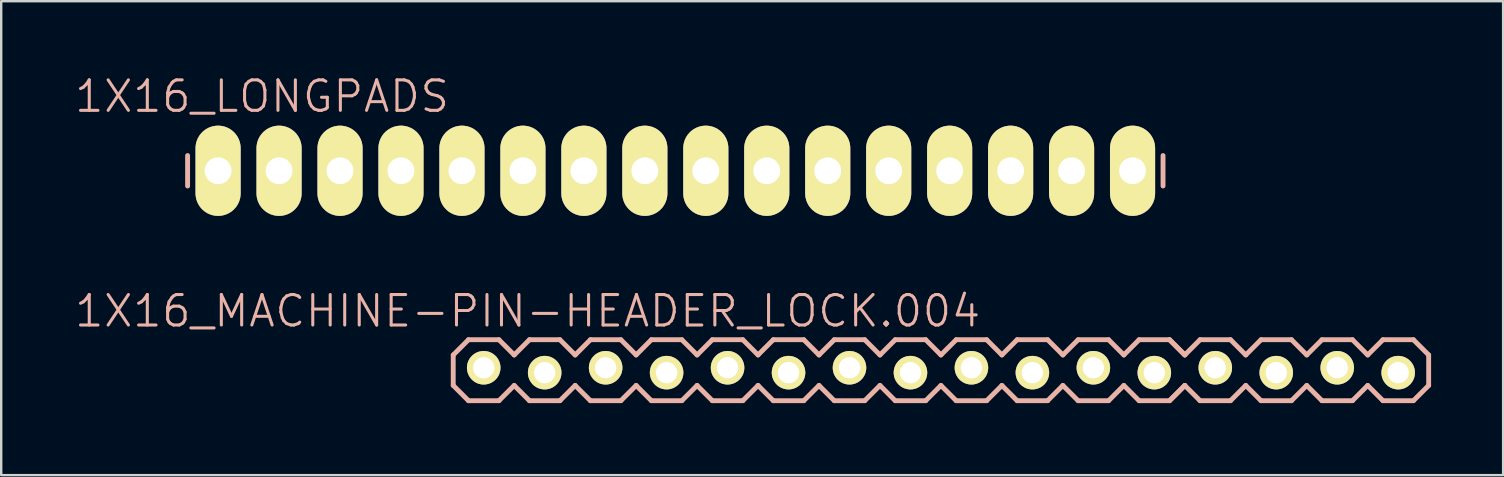
<source format=kicad_pcb>
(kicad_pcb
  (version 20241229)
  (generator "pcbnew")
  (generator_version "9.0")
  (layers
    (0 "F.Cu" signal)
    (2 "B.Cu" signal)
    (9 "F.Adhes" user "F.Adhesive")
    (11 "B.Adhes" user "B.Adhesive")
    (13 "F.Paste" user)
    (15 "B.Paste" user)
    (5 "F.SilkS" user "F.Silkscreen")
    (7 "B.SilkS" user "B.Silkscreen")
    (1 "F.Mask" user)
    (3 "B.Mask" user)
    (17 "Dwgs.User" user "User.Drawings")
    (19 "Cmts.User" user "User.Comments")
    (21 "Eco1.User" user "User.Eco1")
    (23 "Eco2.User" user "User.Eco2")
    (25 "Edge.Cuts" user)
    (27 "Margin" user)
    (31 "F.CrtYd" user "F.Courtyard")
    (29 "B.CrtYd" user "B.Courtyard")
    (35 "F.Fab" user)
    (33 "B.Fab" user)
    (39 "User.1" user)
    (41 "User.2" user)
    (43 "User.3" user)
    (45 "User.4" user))
  (footprint "1X16_MACHINE-PIN-HEADER_LOCK.004"
    (layer "F.Cu")
    (at 17.103 12.374)
    (property "Reference" "1X16_MACHINE-PIN-HEADER_LOCK.004" (at 1.829 -2.464 0) (layer "B.SilkS") (effects (font (size 1.27 1.27) (thickness 0.127))))
    (attr exclude_from_pos_files exclude_from_bom)
    (fp_circle (center 0 0) (end -0.165 0.165) (stroke (width 0.013) (type solid)) (fill no) (layer "F.SilkS"))
    (fp_circle (center 2.54 0) (end 2.705 0.165) (stroke (width 0.013) (type solid)) (fill no) (layer "F.SilkS"))
    (fp_circle (center 5.08 0) (end 5.245 0.165) (stroke (width 0.013) (type solid)) (fill no) (layer "F.SilkS"))
    (fp_circle (center 7.62 0) (end 7.785 0.165) (stroke (width 0.013) (type solid)) (fill no) (layer "F.SilkS"))
    (fp_circle (center 10.16 0) (end 10.325 0.165) (stroke (width 0.013) (type solid)) (fill no) (layer "F.SilkS"))
    (fp_circle (center 12.7 0) (end 12.865 0.165) (stroke (width 0.013) (type solid)) (fill no) (layer "F.SilkS"))
    (fp_circle (center 15.24 0) (end 15.405 0.165) (stroke (width 0.013) (type solid)) (fill no) (layer "F.SilkS"))
    (fp_circle (center 17.78 0) (end 17.945 0.165) (stroke (width 0.013) (type solid)) (fill no) (layer "F.SilkS"))
    (fp_circle (center 20.32 0) (end 20.485 0.165) (stroke (width 0.013) (type solid)) (fill no) (layer "F.SilkS"))
    (fp_circle (center 22.86 0) (end 23.025 0.165) (stroke (width 0.013) (type solid)) (fill no) (layer "F.SilkS"))
    (fp_circle (center 25.4 0) (end 25.565 0.165) (stroke (width 0.013) (type solid)) (fill no) (layer "F.SilkS"))
    (fp_circle (center 27.94 0) (end 28.105 0.165) (stroke (width 0.013) (type solid)) (fill no) (layer "F.SilkS"))
    (fp_circle (center 30.48 0) (end 30.645 0.165) (stroke (width 0.013) (type solid)) (fill no) (layer "F.SilkS"))
    (fp_circle (center 33.02 0) (end 33.185 0.165) (stroke (width 0.013) (type solid)) (fill no) (layer "F.SilkS"))
    (fp_circle (center 35.56 0) (end 35.725 0.165) (stroke (width 0.013) (type solid)) (fill no) (layer "F.SilkS"))
    (fp_circle (center 38.1 0) (end 38.265 0.165) (stroke (width 0.013) (type solid)) (fill no) (layer "F.SilkS"))
    (fp_line (start -1.27 -0.635) (end -1.27 0.635) (stroke (width 0.203) (type solid)) (layer "B.SilkS"))
    (fp_line (start -1.27 0.635) (end -0.635 1.27) (stroke (width 0.203) (type solid)) (layer "B.SilkS"))
    (fp_line (start -0.635 -1.27) (end -1.27 -0.635) (stroke (width 0.203) (type solid)) (layer "B.SilkS"))
    (fp_line (start -0.635 -1.27) (end 0.635 -1.27) (stroke (width 0.203) (type solid)) (layer "B.SilkS"))
    (fp_line (start 0.635 -1.27) (end 1.27 -0.635) (stroke (width 0.203) (type solid)) (layer "B.SilkS"))
    (fp_line (start 0.635 1.27) (end -0.635 1.27) (stroke (width 0.203) (type solid)) (layer "B.SilkS"))
    (fp_line (start 1.27 -0.635) (end 1.905 -1.27) (stroke (width 0.203) (type solid)) (layer "B.SilkS"))
    (fp_line (start 1.27 0.635) (end 0.635 1.27) (stroke (width 0.203) (type solid)) (layer "B.SilkS"))
    (fp_line (start 1.905 -1.27) (end 3.175 -1.27) (stroke (width 0.203) (type solid)) (layer "B.SilkS"))
    (fp_line (start 1.905 1.27) (end 1.27 0.635) (stroke (width 0.203) (type solid)) (layer "B.SilkS"))
    (fp_line (start 3.175 -1.27) (end 3.81 -0.635) (stroke (width 0.203) (type solid)) (layer "B.SilkS"))
    (fp_line (start 3.175 1.27) (end 1.905 1.27) (stroke (width 0.203) (type solid)) (layer "B.SilkS"))
    (fp_line (start 3.81 -0.635) (end 4.445 -1.27) (stroke (width 0.203) (type solid)) (layer "B.SilkS"))
    (fp_line (start 3.81 0.635) (end 3.175 1.27) (stroke (width 0.203) (type solid)) (layer "B.SilkS"))
    (fp_line (start 4.445 -1.27) (end 5.715 -1.27) (stroke (width 0.203) (type solid)) (layer "B.SilkS"))
    (fp_line (start 4.445 1.27) (end 3.81 0.635) (stroke (width 0.203) (type solid)) (layer "B.SilkS"))
    (fp_line (start 5.715 -1.27) (end 6.35 -0.635) (stroke (width 0.203) (type solid)) (layer "B.SilkS"))
    (fp_line (start 5.715 1.27) (end 4.445 1.27) (stroke (width 0.203) (type solid)) (layer "B.SilkS"))
    (fp_line (start 6.35 0.635) (end 5.715 1.27) (stroke (width 0.203) (type solid)) (layer "B.SilkS"))
    (fp_line (start 6.35 0.635) (end 6.985 1.27) (stroke (width 0.203) (type solid)) (layer "B.SilkS"))
    (fp_line (start 6.985 -1.27) (end 6.35 -0.635) (stroke (width 0.203) (type solid)) (layer "B.SilkS"))
    (fp_line (start 6.985 -1.27) (end 8.255 -1.27) (stroke (width 0.203) (type solid)) (layer "B.SilkS"))
    (fp_line (start 8.255 -1.27) (end 8.89 -0.635) (stroke (width 0.203) (type solid)) (layer "B.SilkS"))
    (fp_line (start 8.255 1.27) (end 6.985 1.27) (stroke (width 0.203) (type solid)) (layer "B.SilkS"))
    (fp_line (start 8.89 -0.635) (end 9.525 -1.27) (stroke (width 0.203) (type solid)) (layer "B.SilkS"))
    (fp_line (start 8.89 0.635) (end 8.255 1.27) (stroke (width 0.203) (type solid)) (layer "B.SilkS"))
    (fp_line (start 9.525 -1.27) (end 10.795 -1.27) (stroke (width 0.203) (type solid)) (layer "B.SilkS"))
    (fp_line (start 9.525 1.27) (end 8.89 0.635) (stroke (width 0.203) (type solid)) (layer "B.SilkS"))
    (fp_line (start 10.795 -1.27) (end 11.43 -0.635) (stroke (width 0.203) (type solid)) (layer "B.SilkS"))
    (fp_line (start 10.795 1.27) (end 9.525 1.27) (stroke (width 0.203) (type solid)) (layer "B.SilkS"))
    (fp_line (start 11.43 -0.635) (end 12.065 -1.27) (stroke (width 0.203) (type solid)) (layer "B.SilkS"))
    (fp_line (start 11.43 0.635) (end 10.795 1.27) (stroke (width 0.203) (type solid)) (layer "B.SilkS"))
    (fp_line (start 12.065 -1.27) (end 13.335 -1.27) (stroke (width 0.203) (type solid)) (layer "B.SilkS"))
    (fp_line (start 12.065 1.27) (end 11.43 0.635) (stroke (width 0.203) (type solid)) (layer "B.SilkS"))
    (fp_line (start 13.335 -1.27) (end 13.97 -0.635) (stroke (width 0.203) (type solid)) (layer "B.SilkS"))
    (fp_line (start 13.335 1.27) (end 12.065 1.27) (stroke (width 0.203) (type solid)) (layer "B.SilkS"))
    (fp_line (start 13.97 0.635) (end 13.335 1.27) (stroke (width 0.203) (type solid)) (layer "B.SilkS"))
    (fp_line (start 13.97 0.635) (end 14.605 1.27) (stroke (width 0.203) (type solid)) (layer "B.SilkS"))
    (fp_line (start 14.605 -1.27) (end 13.97 -0.635) (stroke (width 0.203) (type solid)) (layer "B.SilkS"))
    (fp_line (start 14.605 -1.27) (end 15.875 -1.27) (stroke (width 0.203) (type solid)) (layer "B.SilkS"))
    (fp_line (start 15.875 -1.27) (end 16.51 -0.635) (stroke (width 0.203) (type solid)) (layer "B.SilkS"))
    (fp_line (start 15.875 1.27) (end 14.605 1.27) (stroke (width 0.203) (type solid)) (layer "B.SilkS"))
    (fp_line (start 16.51 -0.635) (end 17.145 -1.27) (stroke (width 0.203) (type solid)) (layer "B.SilkS"))
    (fp_line (start 16.51 0.635) (end 15.875 1.27) (stroke (width 0.203) (type solid)) (layer "B.SilkS"))
    (fp_line (start 17.145 -1.27) (end 18.415 -1.27) (stroke (width 0.203) (type solid)) (layer "B.SilkS"))
    (fp_line (start 17.145 1.27) (end 16.51 0.635) (stroke (width 0.203) (type solid)) (layer "B.SilkS"))
    (fp_line (start 18.415 -1.27) (end 19.05 -0.635) (stroke (width 0.203) (type solid)) (layer "B.SilkS"))
    (fp_line (start 18.415 1.27) (end 17.145 1.27) (stroke (width 0.203) (type solid)) (layer "B.SilkS"))
    (fp_line (start 19.05 -0.635) (end 19.685 -1.27) (stroke (width 0.203) (type solid)) (layer "B.SilkS"))
    (fp_line (start 19.05 0.635) (end 18.415 1.27) (stroke (width 0.203) (type solid)) (layer "B.SilkS"))
    (fp_line (start 19.685 -1.27) (end 20.955 -1.27) (stroke (width 0.203) (type solid)) (layer "B.SilkS"))
    (fp_line (start 19.685 1.27) (end 19.05 0.635) (stroke (width 0.203) (type solid)) (layer "B.SilkS"))
    (fp_line (start 20.955 -1.27) (end 21.59 -0.635) (stroke (width 0.203) (type solid)) (layer "B.SilkS"))
    (fp_line (start 20.955 1.27) (end 19.685 1.27) (stroke (width 0.203) (type solid)) (layer "B.SilkS"))
    (fp_line (start 21.59 0.635) (end 20.955 1.27) (stroke (width 0.203) (type solid)) (layer "B.SilkS"))
    (fp_line (start 21.59 0.635) (end 22.225 1.27) (stroke (width 0.203) (type solid)) (layer "B.SilkS"))
    (fp_line (start 22.225 -1.27) (end 21.59 -0.635) (stroke (width 0.203) (type solid)) (layer "B.SilkS"))
    (fp_line (start 22.225 -1.27) (end 23.495 -1.27) (stroke (width 0.203) (type solid)) (layer "B.SilkS"))
    (fp_line (start 23.495 -1.27) (end 24.13 -0.635) (stroke (width 0.203) (type solid)) (layer "B.SilkS"))
    (fp_line (start 23.495 1.27) (end 22.225 1.27) (stroke (width 0.203) (type solid)) (layer "B.SilkS"))
    (fp_line (start 24.13 -0.635) (end 24.765 -1.27) (stroke (width 0.203) (type solid)) (layer "B.SilkS"))
    (fp_line (start 24.13 0.635) (end 23.495 1.27) (stroke (width 0.203) (type solid)) (layer "B.SilkS"))
    (fp_line (start 24.765 -1.27) (end 26.035 -1.27) (stroke (width 0.203) (type solid)) (layer "B.SilkS"))
    (fp_line (start 24.765 1.27) (end 24.13 0.635) (stroke (width 0.203) (type solid)) (layer "B.SilkS"))
    (fp_line (start 26.035 -1.27) (end 26.67 -0.635) (stroke (width 0.203) (type solid)) (layer "B.SilkS"))
    (fp_line (start 26.035 1.27) (end 24.765 1.27) (stroke (width 0.203) (type solid)) (layer "B.SilkS"))
    (fp_line (start 26.67 -0.635) (end 27.305 -1.27) (stroke (width 0.203) (type solid)) (layer "B.SilkS"))
    (fp_line (start 26.67 0.635) (end 26.035 1.27) (stroke (width 0.203) (type solid)) (layer "B.SilkS"))
    (fp_line (start 27.305 -1.27) (end 28.575 -1.27) (stroke (width 0.203) (type solid)) (layer "B.SilkS"))
    (fp_line (start 27.305 1.27) (end 26.67 0.635) (stroke (width 0.203) (type solid)) (layer "B.SilkS"))
    (fp_line (start 28.575 -1.27) (end 29.21 -0.635) (stroke (width 0.203) (type solid)) (layer "B.SilkS"))
    (fp_line (start 28.575 -1.27) (end 29.21 -0.635) (stroke (width 0.203) (type solid)) (layer "B.SilkS"))
    (fp_line (start 28.575 1.27) (end 27.305 1.27) (stroke (width 0.203) (type solid)) (layer "B.SilkS"))
    (fp_line (start 29.21 -0.635) (end 29.845 -1.27) (stroke (width 0.203) (type solid)) (layer "B.SilkS"))
    (fp_line (start 29.21 0.635) (end 28.575 1.27) (stroke (width 0.203) (type solid)) (layer "B.SilkS"))
    (fp_line (start 29.21 0.635) (end 28.575 1.27) (stroke (width 0.203) (type solid)) (layer "B.SilkS"))
    (fp_line (start 29.845 -1.27) (end 31.115 -1.27) (stroke (width 0.203) (type solid)) (layer "B.SilkS"))
    (fp_line (start 29.845 1.27) (end 29.21 0.635) (stroke (width 0.203) (type solid)) (layer "B.SilkS"))
    (fp_line (start 31.115 -1.27) (end 31.75 -0.635) (stroke (width 0.203) (type solid)) (layer "B.SilkS"))
    (fp_line (start 31.115 1.27) (end 29.845 1.27) (stroke (width 0.203) (type solid)) (layer "B.SilkS"))
    (fp_line (start 31.75 0.635) (end 31.115 1.27) (stroke (width 0.203) (type solid)) (layer "B.SilkS"))
    (fp_line (start 31.75 0.635) (end 32.385 1.27) (stroke (width 0.203) (type solid)) (layer "B.SilkS"))
    (fp_line (start 32.385 -1.27) (end 31.75 -0.635) (stroke (width 0.203) (type solid)) (layer "B.SilkS"))
    (fp_line (start 32.385 -1.27) (end 33.655 -1.27) (stroke (width 0.203) (type solid)) (layer "B.SilkS"))
    (fp_line (start 33.655 -1.27) (end 34.29 -0.635) (stroke (width 0.203) (type solid)) (layer "B.SilkS"))
    (fp_line (start 33.655 1.27) (end 32.385 1.27) (stroke (width 0.203) (type solid)) (layer "B.SilkS"))
    (fp_line (start 34.29 -0.635) (end 34.925 -1.27) (stroke (width 0.203) (type solid)) (layer "B.SilkS"))
    (fp_line (start 34.29 0.635) (end 33.655 1.27) (stroke (width 0.203) (type solid)) (layer "B.SilkS"))
    (fp_line (start 34.925 -1.27) (end 36.195 -1.27) (stroke (width 0.203) (type solid)) (layer "B.SilkS"))
    (fp_line (start 34.925 1.27) (end 34.29 0.635) (stroke (width 0.203) (type solid)) (layer "B.SilkS"))
    (fp_line (start 36.195 -1.27) (end 36.83 -0.635) (stroke (width 0.203) (type solid)) (layer "B.SilkS"))
    (fp_line (start 36.195 1.27) (end 34.925 1.27) (stroke (width 0.203) (type solid)) (layer "B.SilkS"))
    (fp_line (start 36.83 -0.635) (end 37.465 -1.27) (stroke (width 0.203) (type solid)) (layer "B.SilkS"))
    (fp_line (start 36.83 0.635) (end 36.195 1.27) (stroke (width 0.203) (type solid)) (layer "B.SilkS"))
    (fp_line (start 37.465 -1.27) (end 38.735 -1.27) (stroke (width 0.203) (type solid)) (layer "B.SilkS"))
    (fp_line (start 37.465 1.27) (end 36.83 0.635) (stroke (width 0.203) (type solid)) (layer "B.SilkS"))
    (fp_line (start 38.735 -1.27) (end 39.37 -0.635) (stroke (width 0.203) (type solid)) (layer "B.SilkS"))
    (fp_line (start 38.735 1.27) (end 37.465 1.27) (stroke (width 0.203) (type solid)) (layer "B.SilkS"))
    (fp_line (start 39.37 -0.635) (end 39.37 0.635) (stroke (width 0.203) (type solid)) (layer "B.SilkS"))
    (fp_line (start 39.37 0.635) (end 38.735 1.27) (stroke (width 0.203) (type solid)) (layer "B.SilkS"))
    (pad "1" thru_hole circle (at 0 -0.102) (size 1.397 1.397) (drill 0.889) (layers "*.Cu" "F.Mask" "F.SilkS" "F.Paste"))
    (pad "2" thru_hole circle (at 2.54 0.102) (size 1.397 1.397) (drill 0.889) (layers "*.Cu" "F.Mask" "F.SilkS" "F.Paste"))
    (pad "3" thru_hole circle (at 5.08 -0.102) (size 1.397 1.397) (drill 0.889) (layers "*.Cu" "F.Mask" "F.SilkS" "F.Paste"))
    (pad "4" thru_hole circle (at 7.62 0.102) (size 1.397 1.397) (drill 0.889) (layers "*.Cu" "F.Mask" "F.SilkS" "F.Paste"))
    (pad "5" thru_hole circle (at 10.16 -0.102) (size 1.397 1.397) (drill 0.889) (layers "*.Cu" "F.Mask" "F.SilkS" "F.Paste"))
    (pad "6" thru_hole circle (at 12.7 0.102) (size 1.397 1.397) (drill 0.889) (layers "*.Cu" "F.Mask" "F.SilkS" "F.Paste"))
    (pad "7" thru_hole circle (at 15.24 -0.102) (size 1.397 1.397) (drill 0.889) (layers "*.Cu" "F.Mask" "F.SilkS" "F.Paste"))
    (pad "8" thru_hole circle (at 17.78 0.102) (size 1.397 1.397) (drill 0.889) (layers "*.Cu" "F.Mask" "F.SilkS" "F.Paste"))
    (pad "9" thru_hole circle (at 20.32 -0.102) (size 1.397 1.397) (drill 0.889) (layers "*.Cu" "F.Mask" "F.SilkS" "F.Paste"))
    (pad "10" thru_hole circle (at 22.86 0.102) (size 1.397 1.397) (drill 0.889) (layers "*.Cu" "F.Mask" "F.SilkS" "F.Paste"))
    (pad "11" thru_hole circle (at 25.4 -0.102) (size 1.397 1.397) (drill 0.889) (layers "*.Cu" "F.Mask" "F.SilkS" "F.Paste"))
    (pad "12" thru_hole circle (at 27.94 0.102) (size 1.397 1.397) (drill 0.889) (layers "*.Cu" "F.Mask" "F.SilkS" "F.Paste"))
    (pad "13" thru_hole circle (at 30.48 -0.102) (size 1.397 1.397) (drill 0.889) (layers "*.Cu" "F.Mask" "F.SilkS" "F.Paste"))
    (pad "14" thru_hole circle (at 33.02 0.102) (size 1.397 1.397) (drill 0.889) (layers "*.Cu" "F.Mask" "F.SilkS" "F.Paste"))
    (pad "15" thru_hole circle (at 35.56 -0.102) (size 1.397 1.397) (drill 0.889) (layers "*.Cu" "F.Mask" "F.SilkS" "F.Paste"))
    (pad "16" thru_hole circle (at 38.1 0.102) (size 1.397 1.397) (drill 0.889) (layers "*.Cu" "F.Mask" "F.SilkS" "F.Paste")))
  (footprint "1X16_LONGPADS"
    (layer "F.Cu")
    (at 6.036 4.065)
    (property "Reference" "1X16_LONGPADS" (at 1.829 -3.099 0) (layer "B.SilkS") (effects (font (size 1.27 1.27) (thickness 0.127))))
    (attr exclude_from_pos_files exclude_from_bom)
    (fp_line (start -0.254 -0.254) (end 0.254 -0.254) (stroke (width 0.066) (type solid)) (layer "F.SilkS"))
    (fp_line (start -0.254 0.254) (end -0.254 -0.254) (stroke (width 0.066) (type solid)) (layer "F.SilkS"))
    (fp_line (start -0.254 0.254) (end 0.254 0.254) (stroke (width 0.066) (type solid)) (layer "F.SilkS"))
    (fp_line (start 0.254 0.254) (end 0.254 -0.254) (stroke (width 0.066) (type solid)) (layer "F.SilkS"))
    (fp_line (start 2.286 -0.254) (end 2.794 -0.254) (stroke (width 0.066) (type solid)) (layer "F.SilkS"))
    (fp_line (start 2.286 0.254) (end 2.286 -0.254) (stroke (width 0.066) (type solid)) (layer "F.SilkS"))
    (fp_line (start 2.286 0.254) (end 2.794 0.254) (stroke (width 0.066) (type solid)) (layer "F.SilkS"))
    (fp_line (start 2.794 0.254) (end 2.794 -0.254) (stroke (width 0.066) (type solid)) (layer "F.SilkS"))
    (fp_line (start 4.826 -0.254) (end 5.334 -0.254) (stroke (width 0.066) (type solid)) (layer "F.SilkS"))
    (fp_line (start 4.826 0.254) (end 4.826 -0.254) (stroke (width 0.066) (type solid)) (layer "F.SilkS"))
    (fp_line (start 4.826 0.254) (end 5.334 0.254) (stroke (width 0.066) (type solid)) (layer "F.SilkS"))
    (fp_line (start 5.334 0.254) (end 5.334 -0.254) (stroke (width 0.066) (type solid)) (layer "F.SilkS"))
    (fp_line (start 7.366 -0.254) (end 7.874 -0.254) (stroke (width 0.066) (type solid)) (layer "F.SilkS"))
    (fp_line (start 7.366 0.254) (end 7.366 -0.254) (stroke (width 0.066) (type solid)) (layer "F.SilkS"))
    (fp_line (start 7.366 0.254) (end 7.874 0.254) (stroke (width 0.066) (type solid)) (layer "F.SilkS"))
    (fp_line (start 7.874 0.254) (end 7.874 -0.254) (stroke (width 0.066) (type solid)) (layer "F.SilkS"))
    (fp_line (start 9.906 -0.254) (end 10.414 -0.254) (stroke (width 0.066) (type solid)) (layer "F.SilkS"))
    (fp_line (start 9.906 0.254) (end 9.906 -0.254) (stroke (width 0.066) (type solid)) (layer "F.SilkS"))
    (fp_line (start 9.906 0.254) (end 10.414 0.254) (stroke (width 0.066) (type solid)) (layer "F.SilkS"))
    (fp_line (start 10.414 0.254) (end 10.414 -0.254) (stroke (width 0.066) (type solid)) (layer "F.SilkS"))
    (fp_line (start 12.446 -0.254) (end 12.954 -0.254) (stroke (width 0.066) (type solid)) (layer "F.SilkS"))
    (fp_line (start 12.446 0.254) (end 12.446 -0.254) (stroke (width 0.066) (type solid)) (layer "F.SilkS"))
    (fp_line (start 12.446 0.254) (end 12.954 0.254) (stroke (width 0.066) (type solid)) (layer "F.SilkS"))
    (fp_line (start 12.954 0.254) (end 12.954 -0.254) (stroke (width 0.066) (type solid)) (layer "F.SilkS"))
    (fp_line (start 14.986 -0.254) (end 15.494 -0.254) (stroke (width 0.066) (type solid)) (layer "F.SilkS"))
    (fp_line (start 14.986 0.254) (end 14.986 -0.254) (stroke (width 0.066) (type solid)) (layer "F.SilkS"))
    (fp_line (start 14.986 0.254) (end 15.494 0.254) (stroke (width 0.066) (type solid)) (layer "F.SilkS"))
    (fp_line (start 15.494 0.254) (end 15.494 -0.254) (stroke (width 0.066) (type solid)) (layer "F.SilkS"))
    (fp_line (start 17.523 -0.254) (end 18.034 -0.254) (stroke (width 0.066) (type solid)) (layer "F.SilkS"))
    (fp_line (start 17.523 0.254) (end 17.523 -0.254) (stroke (width 0.066) (type solid)) (layer "F.SilkS"))
    (fp_line (start 17.523 0.254) (end 18.034 0.254) (stroke (width 0.066) (type solid)) (layer "F.SilkS"))
    (fp_line (start 18.034 0.254) (end 18.034 -0.254) (stroke (width 0.066) (type solid)) (layer "F.SilkS"))
    (fp_line (start 20.066 -0.254) (end 20.574 -0.254) (stroke (width 0.066) (type solid)) (layer "F.SilkS"))
    (fp_line (start 20.066 0.254) (end 20.066 -0.254) (stroke (width 0.066) (type solid)) (layer "F.SilkS"))
    (fp_line (start 20.066 0.254) (end 20.574 0.254) (stroke (width 0.066) (type solid)) (layer "F.SilkS"))
    (fp_line (start 20.574 0.254) (end 20.574 -0.254) (stroke (width 0.066) (type solid)) (layer "F.SilkS"))
    (fp_line (start 22.606 -0.254) (end 23.114 -0.254) (stroke (width 0.066) (type solid)) (layer "F.SilkS"))
    (fp_line (start 22.606 0.254) (end 22.606 -0.254) (stroke (width 0.066) (type solid)) (layer "F.SilkS"))
    (fp_line (start 22.606 0.254) (end 23.114 0.254) (stroke (width 0.066) (type solid)) (layer "F.SilkS"))
    (fp_line (start 23.114 0.254) (end 23.114 -0.254) (stroke (width 0.066) (type solid)) (layer "F.SilkS"))
    (fp_line (start 25.146 -0.254) (end 25.654 -0.254) (stroke (width 0.066) (type solid)) (layer "F.SilkS"))
    (fp_line (start 25.146 0.254) (end 25.146 -0.254) (stroke (width 0.066) (type solid)) (layer "F.SilkS"))
    (fp_line (start 25.146 0.254) (end 25.654 0.254) (stroke (width 0.066) (type solid)) (layer "F.SilkS"))
    (fp_line (start 25.654 0.254) (end 25.654 -0.254) (stroke (width 0.066) (type solid)) (layer "F.SilkS"))
    (fp_line (start 27.686 -0.254) (end 28.194 -0.254) (stroke (width 0.066) (type solid)) (layer "F.SilkS"))
    (fp_line (start 27.686 0.254) (end 27.686 -0.254) (stroke (width 0.066) (type solid)) (layer "F.SilkS"))
    (fp_line (start 27.686 0.254) (end 28.194 0.254) (stroke (width 0.066) (type solid)) (layer "F.SilkS"))
    (fp_line (start 28.194 0.254) (end 28.194 -0.254) (stroke (width 0.066) (type solid)) (layer "F.SilkS"))
    (fp_line (start 30.226 -0.254) (end 30.734 -0.254) (stroke (width 0.066) (type solid)) (layer "F.SilkS"))
    (fp_line (start 30.226 0.254) (end 30.226 -0.254) (stroke (width 0.066) (type solid)) (layer "F.SilkS"))
    (fp_line (start 30.226 0.254) (end 30.734 0.254) (stroke (width 0.066) (type solid)) (layer "F.SilkS"))
    (fp_line (start 30.734 0.254) (end 30.734 -0.254) (stroke (width 0.066) (type solid)) (layer "F.SilkS"))
    (fp_line (start 32.766 -0.254) (end 33.274 -0.254) (stroke (width 0.066) (type solid)) (layer "F.SilkS"))
    (fp_line (start 32.766 0.254) (end 32.766 -0.254) (stroke (width 0.066) (type solid)) (layer "F.SilkS"))
    (fp_line (start 32.766 0.254) (end 33.274 0.254) (stroke (width 0.066) (type solid)) (layer "F.SilkS"))
    (fp_line (start 33.274 0.254) (end 33.274 -0.254) (stroke (width 0.066) (type solid)) (layer "F.SilkS"))
    (fp_line (start 35.303 -0.254) (end 35.814 -0.254) (stroke (width 0.066) (type solid)) (layer "F.SilkS"))
    (fp_line (start 35.303 0.254) (end 35.303 -0.254) (stroke (width 0.066) (type solid)) (layer "F.SilkS"))
    (fp_line (start 35.303 0.254) (end 35.814 0.254) (stroke (width 0.066) (type solid)) (layer "F.SilkS"))
    (fp_line (start 35.814 0.254) (end 35.814 -0.254) (stroke (width 0.066) (type solid)) (layer "F.SilkS"))
    (fp_line (start 37.846 -0.254) (end 38.354 -0.254) (stroke (width 0.066) (type solid)) (layer "F.SilkS"))
    (fp_line (start 37.846 0.254) (end 37.846 -0.254) (stroke (width 0.066) (type solid)) (layer "F.SilkS"))
    (fp_line (start 37.846 0.254) (end 38.354 0.254) (stroke (width 0.066) (type solid)) (layer "F.SilkS"))
    (fp_line (start 38.354 0.254) (end 38.354 -0.254) (stroke (width 0.066) (type solid)) (layer "F.SilkS"))
    (fp_line (start -1.27 -0.635) (end -1.27 0.635) (stroke (width 0.203) (type solid)) (layer "B.SilkS"))
    (fp_line (start 39.37 -0.635) (end 39.37 0.635) (stroke (width 0.203) (type solid)) (layer "B.SilkS"))
    (pad "1" thru_hole oval (at 0 0 180) (size 1.88 3.759) (drill 1.118) (layers "*.Cu" "F.Mask" "F.SilkS" "F.Paste"))
    (pad "2" thru_hole oval (at 2.54 0 180) (size 1.88 3.759) (drill 1.118) (layers "*.Cu" "F.Mask" "F.SilkS" "F.Paste"))
    (pad "3" thru_hole oval (at 5.08 0 180) (size 1.88 3.759) (drill 1.118) (layers "*.Cu" "F.Mask" "F.SilkS" "F.Paste"))
    (pad "4" thru_hole oval (at 7.62 0 180) (size 1.88 3.759) (drill 1.118) (layers "*.Cu" "F.Mask" "F.SilkS" "F.Paste"))
    (pad "5" thru_hole oval (at 10.16 0 180) (size 1.88 3.759) (drill 1.118) (layers "*.Cu" "F.Mask" "F.SilkS" "F.Paste"))
    (pad "6" thru_hole oval (at 12.7 0 180) (size 1.88 3.759) (drill 1.118) (layers "*.Cu" "F.Mask" "F.SilkS" "F.Paste"))
    (pad "7" thru_hole oval (at 15.24 0 180) (size 1.88 3.759) (drill 1.118) (layers "*.Cu" "F.Mask" "F.SilkS" "F.Paste"))
    (pad "8" thru_hole oval (at 17.78 0 180) (size 1.88 3.759) (drill 1.118) (layers "*.Cu" "F.Mask" "F.SilkS" "F.Paste"))
    (pad "9" thru_hole oval (at 20.32 0 180) (size 1.88 3.759) (drill 1.118) (layers "*.Cu" "F.Mask" "F.SilkS" "F.Paste"))
    (pad "10" thru_hole oval (at 22.86 0 180) (size 1.88 3.759) (drill 1.118) (layers "*.Cu" "F.Mask" "F.SilkS" "F.Paste"))
    (pad "11" thru_hole oval (at 25.4 0 180) (size 1.88 3.759) (drill 1.118) (layers "*.Cu" "F.Mask" "F.SilkS" "F.Paste"))
    (pad "12" thru_hole oval (at 27.94 0 180) (size 1.88 3.759) (drill 1.118) (layers "*.Cu" "F.Mask" "F.SilkS" "F.Paste"))
    (pad "13" thru_hole oval (at 30.48 0 180) (size 1.88 3.759) (drill 1.118) (layers "*.Cu" "F.Mask" "F.SilkS" "F.Paste"))
    (pad "14" thru_hole oval (at 33.02 0 180) (size 1.88 3.759) (drill 1.118) (layers "*.Cu" "F.Mask" "F.SilkS" "F.Paste"))
    (pad "15" thru_hole oval (at 35.56 0 180) (size 1.88 3.759) (drill 1.118) (layers "*.Cu" "F.Mask" "F.SilkS" "F.Paste"))
    (pad "16" thru_hole oval (at 38.1 0 180) (size 1.88 3.759) (drill 1.118) (layers "*.Cu" "F.Mask" "F.SilkS" "F.Paste")))
  (gr_rect
    (start -3 -3)
    (end 59.575 16.745)
    (stroke (width 0.1) (type default))
    (fill no)
    (layer "Edge.Cuts")))
</source>
